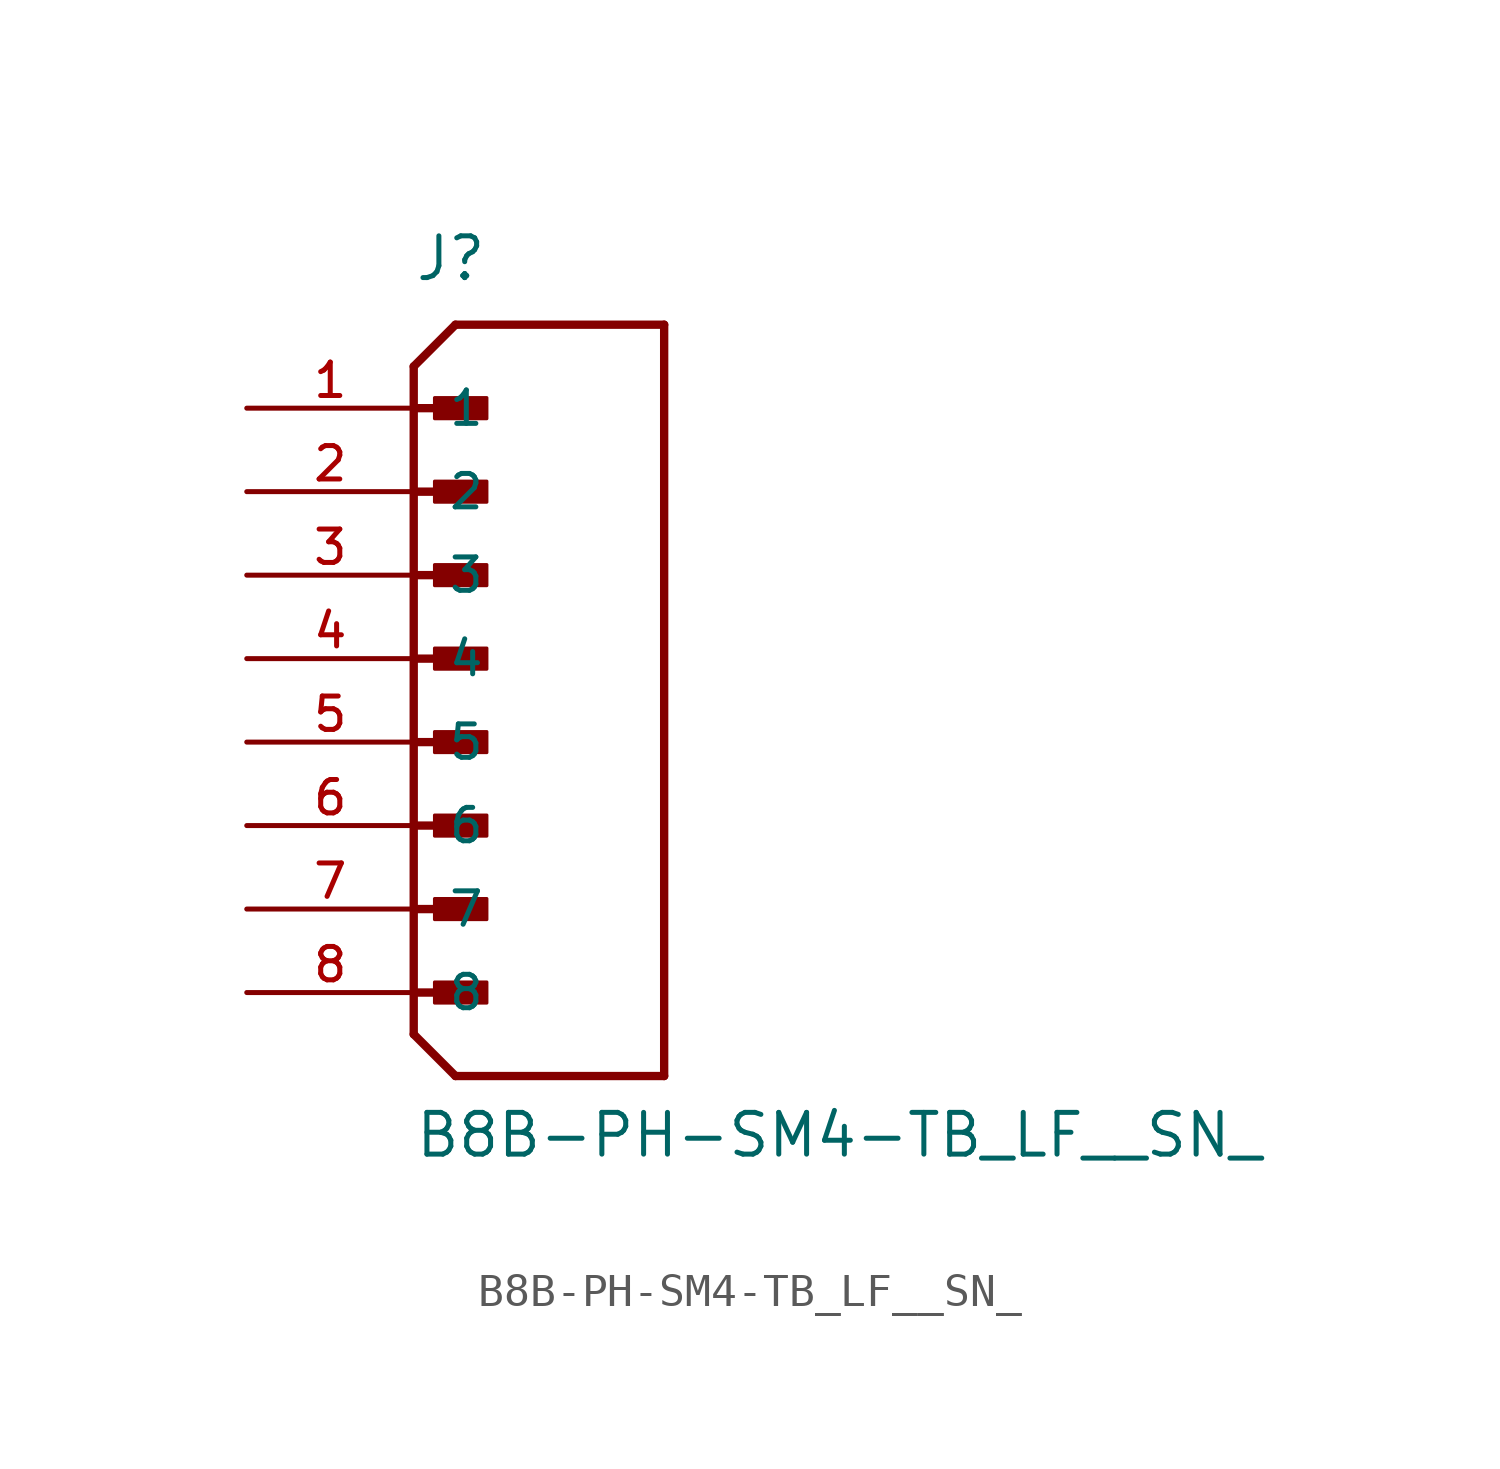
<source format=kicad_sym>
(kicad_symbol_lib
  (version 20211014)
  (generator kicad_symbol_editor)
  (symbol "B8B-PH-SM4-TB_LF__SN_"
    (pin_names
      (offset 1.016))
    (property "Reference" "J"
      (at 0.0 11.43 0)
      (effects (font (size 1.27 1.27)) (justify bottom left)))
    (property "Value" "B8B-PH-SM4-TB_LF__SN_"
      (at 0.0 -15.24 0)
      (effects (font (size 1.27 1.27)) (justify bottom left)))
    (symbol "B8B-PH-SM4-TB_LF__SN__0_0"
      (polyline (pts (xy 0.0 8.89) (xy 1.27 10.16)) (stroke (width 0.254)))
      (polyline (pts (xy 0.0 -11.43) (xy 1.27 -12.7)) (stroke (width 0.254)))
      (polyline (pts (xy 1.27 -12.7) (xy 7.62 -12.7)) (stroke (width 0.254)))
      (polyline (pts (xy 7.62 -12.7) (xy 7.62 10.16)) (stroke (width 0.254)))
      (polyline (pts (xy 7.62 10.16) (xy 1.27 10.16)) (stroke (width 0.254)))
      (polyline (pts (xy 0.0 7.62) (xy 1.905 7.62)) (stroke (width 0.254)))
      (rectangle (start 0.635 7.303) (end 2.223 7.938) (stroke (width 0.1)) (fill (type outline)))
      (polyline (pts (xy 0.0 5.08) (xy 1.905 5.08)) (stroke (width 0.254)))
      (rectangle (start 0.635 4.763) (end 2.223 5.397) (stroke (width 0.1)) (fill (type outline)))
      (polyline (pts (xy 0.0 2.54) (xy 1.905 2.54)) (stroke (width 0.254)))
      (rectangle (start 0.635 2.223) (end 2.223 2.857) (stroke (width 0.1)) (fill (type outline)))
      (polyline (pts (xy 0.0 0.0) (xy 1.905 0.0)) (stroke (width 0.254)))
      (rectangle (start 0.635 -0.318) (end 2.223 0.318) (stroke (width 0.1)) (fill (type outline)))
      (polyline (pts (xy 0.0 -2.54) (xy 1.905 -2.54)) (stroke (width 0.254)))
      (rectangle (start 0.635 -2.857) (end 2.223 -2.223) (stroke (width 0.1)) (fill (type outline)))
      (polyline (pts (xy 0.0 -5.08) (xy 1.905 -5.08)) (stroke (width 0.254)))
      (rectangle (start 0.635 -5.397) (end 2.223 -4.763) (stroke (width 0.1)) (fill (type outline)))
      (polyline (pts (xy 0.0 -7.62) (xy 1.905 -7.62)) (stroke (width 0.254)))
      (rectangle (start 0.635 -7.938) (end 2.223 -7.303) (stroke (width 0.1)) (fill (type outline)))
      (polyline (pts (xy 0.0 -10.16) (xy 1.905 -10.16)) (stroke (width 0.254)))
      (rectangle (start 0.635 -10.477) (end 2.223 -9.842) (stroke (width 0.1)) (fill (type outline)))
      (polyline (pts (xy 0.0 8.89) (xy 0.0 -11.43)) (stroke (width 0.254)))
      (pin passive line (at -5.08 7.62 0) (length 5.08) (name "1" (effects (font (size 1.016 1.016)))) (number "1" (effects (font (size 1.016 1.016)))))
      (pin passive line (at -5.08 5.08 0) (length 5.08) (name "2" (effects (font (size 1.016 1.016)))) (number "2" (effects (font (size 1.016 1.016)))))
      (pin passive line (at -5.08 2.54 0) (length 5.08) (name "3" (effects (font (size 1.016 1.016)))) (number "3" (effects (font (size 1.016 1.016)))))
      (pin passive line (at -5.08 0.0 0) (length 5.08) (name "4" (effects (font (size 1.016 1.016)))) (number "4" (effects (font (size 1.016 1.016)))))
      (pin passive line (at -5.08 -2.54 0) (length 5.08) (name "5" (effects (font (size 1.016 1.016)))) (number "5" (effects (font (size 1.016 1.016)))))
      (pin passive line (at -5.08 -5.08 0) (length 5.08) (name "6" (effects (font (size 1.016 1.016)))) (number "6" (effects (font (size 1.016 1.016)))))
      (pin passive line (at -5.08 -7.62 0) (length 5.08) (name "7" (effects (font (size 1.016 1.016)))) (number "7" (effects (font (size 1.016 1.016)))))
      (pin passive line (at -5.08 -10.16 0) (length 5.08) (name "8" (effects (font (size 1.016 1.016)))) (number "8" (effects (font (size 1.016 1.016))))))))
</source>
